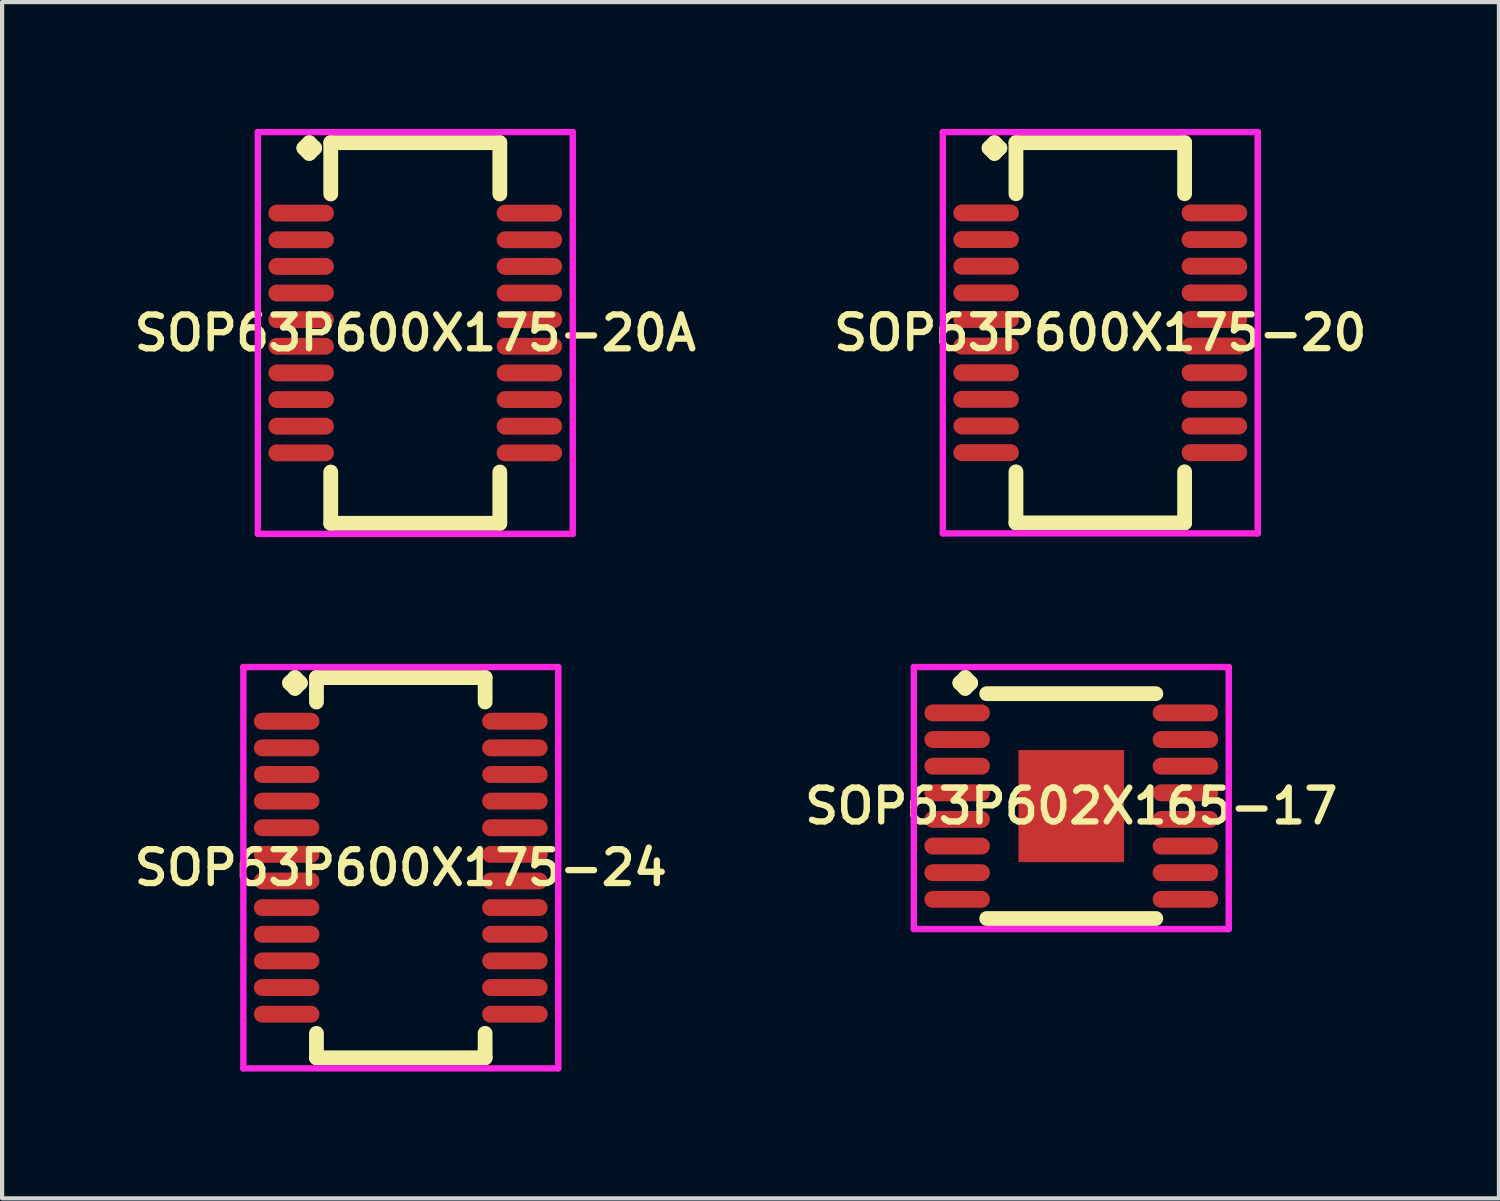
<source format=kicad_pcb>
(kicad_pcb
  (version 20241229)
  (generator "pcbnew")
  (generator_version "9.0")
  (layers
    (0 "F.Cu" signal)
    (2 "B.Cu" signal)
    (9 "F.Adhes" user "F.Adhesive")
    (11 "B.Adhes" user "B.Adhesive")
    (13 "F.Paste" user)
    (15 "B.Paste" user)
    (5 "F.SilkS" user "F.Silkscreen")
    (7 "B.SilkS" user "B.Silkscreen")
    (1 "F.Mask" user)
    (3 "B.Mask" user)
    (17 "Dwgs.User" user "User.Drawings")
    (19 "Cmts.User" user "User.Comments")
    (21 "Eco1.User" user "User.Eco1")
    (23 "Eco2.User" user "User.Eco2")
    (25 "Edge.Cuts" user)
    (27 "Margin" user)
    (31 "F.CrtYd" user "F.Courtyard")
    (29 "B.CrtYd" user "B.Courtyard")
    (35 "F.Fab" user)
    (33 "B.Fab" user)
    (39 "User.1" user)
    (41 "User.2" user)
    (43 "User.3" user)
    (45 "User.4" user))
  (footprint "SOP63P600X175-20"
    (layer "F.Cu")
    (at 22.978 4.822)
    (property "Reference" "SOP63P600X175-20" (at 0 0 0) (layer "F.SilkS") (effects (font (size 0.8 0.8) (thickness 0.15))))
    (attr smd)
    (fp_line (start -2.63 -4.37) (end -2.503 -4.497) (stroke (width 0.35) (type solid)) (layer "F.SilkS"))
    (fp_line (start -2.503 -4.497) (end -2.376 -4.37) (stroke (width 0.35) (type solid)) (layer "F.SilkS"))
    (fp_line (start -2.503 -4.243) (end -2.63 -4.37) (stroke (width 0.35) (type solid)) (layer "F.SilkS"))
    (fp_line (start -2.376 -4.37) (end -2.503 -4.243) (stroke (width 0.35) (type solid)) (layer "F.SilkS"))
    (fp_line (start -1.995 -4.497) (end 1.995 -4.497) (stroke (width 0.35) (type solid)) (layer "F.SilkS"))
    (fp_line (start -1.995 -3.289) (end -1.995 -4.497) (stroke (width 0.35) (type solid)) (layer "F.SilkS"))
    (fp_line (start -1.995 3.289) (end -1.995 4.497) (stroke (width 0.35) (type solid)) (layer "F.SilkS"))
    (fp_line (start -1.995 4.497) (end 1.995 4.497) (stroke (width 0.35) (type solid)) (layer "F.SilkS"))
    (fp_line (start 1.995 -4.497) (end 1.995 -3.289) (stroke (width 0.35) (type solid)) (layer "F.SilkS"))
    (fp_line (start 1.995 4.497) (end 1.995 3.289) (stroke (width 0.35) (type solid)) (layer "F.SilkS"))
    (fp_line (start -3.725 -4.747) (end 3.725 -4.747) (stroke (width 0.15) (type solid)) (layer "F.CrtYd"))
    (fp_line (start -3.725 4.747) (end -3.725 -4.747) (stroke (width 0.15) (type solid)) (layer "F.CrtYd"))
    (fp_line (start 3.725 -4.747) (end 3.725 4.747) (stroke (width 0.15) (type solid)) (layer "F.CrtYd"))
    (fp_line (start 3.725 4.747) (end -3.725 4.747) (stroke (width 0.15) (type solid)) (layer "F.CrtYd"))
    (pad "1" smd oval (at -2.7 -2.835) (size 1.55 0.4) (layers "F.Cu" "F.Mask" "F.Paste"))
    (pad "2" smd oval (at -2.7 -2.205) (size 1.55 0.4) (layers "F.Cu" "F.Mask" "F.Paste"))
    (pad "3" smd oval (at -2.7 -1.575) (size 1.55 0.4) (layers "F.Cu" "F.Mask" "F.Paste"))
    (pad "4" smd oval (at -2.7 -0.945) (size 1.55 0.4) (layers "F.Cu" "F.Mask" "F.Paste"))
    (pad "5" smd oval (at -2.7 -0.315) (size 1.55 0.4) (layers "F.Cu" "F.Mask" "F.Paste"))
    (pad "6" smd oval (at -2.7 0.315) (size 1.55 0.4) (layers "F.Cu" "F.Mask" "F.Paste"))
    (pad "7" smd oval (at -2.7 0.945) (size 1.55 0.4) (layers "F.Cu" "F.Mask" "F.Paste"))
    (pad "8" smd oval (at -2.7 1.575) (size 1.55 0.4) (layers "F.Cu" "F.Mask" "F.Paste"))
    (pad "9" smd oval (at -2.7 2.205) (size 1.55 0.4) (layers "F.Cu" "F.Mask" "F.Paste"))
    (pad "10" smd oval (at -2.7 2.835) (size 1.55 0.4) (layers "F.Cu" "F.Mask" "F.Paste"))
    (pad "11" smd oval (at 2.7 2.835) (size 1.55 0.4) (layers "F.Cu" "F.Mask" "F.Paste"))
    (pad "12" smd oval (at 2.7 2.205) (size 1.55 0.4) (layers "F.Cu" "F.Mask" "F.Paste"))
    (pad "13" smd oval (at 2.7 1.575) (size 1.55 0.4) (layers "F.Cu" "F.Mask" "F.Paste"))
    (pad "14" smd oval (at 2.7 0.945) (size 1.55 0.4) (layers "F.Cu" "F.Mask" "F.Paste"))
    (pad "15" smd oval (at 2.7 0.315) (size 1.55 0.4) (layers "F.Cu" "F.Mask" "F.Paste"))
    (pad "16" smd oval (at 2.7 -0.315) (size 1.55 0.4) (layers "F.Cu" "F.Mask" "F.Paste"))
    (pad "17" smd oval (at 2.7 -0.945) (size 1.55 0.4) (layers "F.Cu" "F.Mask" "F.Paste"))
    (pad "18" smd oval (at 2.7 -1.575) (size 1.55 0.4) (layers "F.Cu" "F.Mask" "F.Paste"))
    (pad "19" smd oval (at 2.7 -2.205) (size 1.55 0.4) (layers "F.Cu" "F.Mask" "F.Paste"))
    (pad "20" smd oval (at 2.7 -2.835) (size 1.55 0.4) (layers "F.Cu" "F.Mask" "F.Paste")))
  (footprint "SOP63P602X165-17"
    (layer "F.Cu")
    (at 22.292 16.019)
    (property "Reference" "SOP63P602X165-17" (at 0 0 0) (layer "F.SilkS") (effects (font (size 0.8 0.8) (thickness 0.15))))
    (attr smd)
    (fp_line (start -2.635 -2.913) (end -2.508 -3.04) (stroke (width 0.35) (type solid)) (layer "F.SilkS"))
    (fp_line (start -2.508 -3.04) (end -2.381 -2.913) (stroke (width 0.35) (type solid)) (layer "F.SilkS"))
    (fp_line (start -2.508 -2.786) (end -2.635 -2.913) (stroke (width 0.35) (type solid)) (layer "F.SilkS"))
    (fp_line (start -2.381 -2.913) (end -2.508 -2.786) (stroke (width 0.35) (type solid)) (layer "F.SilkS"))
    (fp_line (start -2 -2.659) (end 2 -2.659) (stroke (width 0.35) (type solid)) (layer "F.SilkS"))
    (fp_line (start -2 2.659) (end 2 2.659) (stroke (width 0.35) (type solid)) (layer "F.SilkS"))
    (fp_line (start -3.725 -3.29) (end 3.725 -3.29) (stroke (width 0.15) (type solid)) (layer "F.CrtYd"))
    (fp_line (start -3.725 2.909) (end -3.725 -3.29) (stroke (width 0.15) (type solid)) (layer "F.CrtYd"))
    (fp_line (start 3.725 -3.29) (end 3.725 2.909) (stroke (width 0.15) (type solid)) (layer "F.CrtYd"))
    (fp_line (start 3.725 2.909) (end -3.725 2.909) (stroke (width 0.15) (type solid)) (layer "F.CrtYd"))
    (pad "1" smd oval (at -2.7 -2.205) (size 1.55 0.4) (layers "F.Cu" "F.Mask" "F.Paste"))
    (pad "2" smd oval (at -2.7 -1.575) (size 1.55 0.4) (layers "F.Cu" "F.Mask" "F.Paste"))
    (pad "3" smd oval (at -2.7 -0.945) (size 1.55 0.4) (layers "F.Cu" "F.Mask" "F.Paste"))
    (pad "4" smd oval (at -2.7 -0.315) (size 1.55 0.4) (layers "F.Cu" "F.Mask" "F.Paste"))
    (pad "5" smd oval (at -2.7 0.315) (size 1.55 0.4) (layers "F.Cu" "F.Mask" "F.Paste"))
    (pad "6" smd oval (at -2.7 0.945) (size 1.55 0.4) (layers "F.Cu" "F.Mask" "F.Paste"))
    (pad "7" smd oval (at -2.7 1.575) (size 1.55 0.4) (layers "F.Cu" "F.Mask" "F.Paste"))
    (pad "8" smd oval (at -2.7 2.205) (size 1.55 0.4) (layers "F.Cu" "F.Mask" "F.Paste"))
    (pad "9" smd oval (at 2.7 2.205) (size 1.55 0.4) (layers "F.Cu" "F.Mask" "F.Paste"))
    (pad "10" smd oval (at 2.7 1.575) (size 1.55 0.4) (layers "F.Cu" "F.Mask" "F.Paste"))
    (pad "11" smd oval (at 2.7 0.945) (size 1.55 0.4) (layers "F.Cu" "F.Mask" "F.Paste"))
    (pad "12" smd oval (at 2.7 0.315) (size 1.55 0.4) (layers "F.Cu" "F.Mask" "F.Paste"))
    (pad "13" smd oval (at 2.7 -0.315) (size 1.55 0.4) (layers "F.Cu" "F.Mask" "F.Paste"))
    (pad "14" smd oval (at 2.7 -0.945) (size 1.55 0.4) (layers "F.Cu" "F.Mask" "F.Paste"))
    (pad "15" smd oval (at 2.7 -1.575) (size 1.55 0.4) (layers "F.Cu" "F.Mask" "F.Paste"))
    (pad "16" smd oval (at 2.7 -2.205) (size 1.55 0.4) (layers "F.Cu" "F.Mask" "F.Paste"))
    (pad "17" smd rect (at 0 0) (size 2.5 2.65) (layers "F.Cu" "F.Mask" "F.Paste")))
  (footprint "SOP63P600X175-20A"
    (layer "F.Cu")
    (at 6.774 4.827)
    (property "Reference" "SOP63P600X175-20A" (at 0 0 0) (layer "F.SilkS") (effects (font (size 0.8 0.8) (thickness 0.15))))
    (attr smd)
    (fp_line (start -2.635 -4.375) (end -2.508 -4.502) (stroke (width 0.35) (type solid)) (layer "F.SilkS"))
    (fp_line (start -2.508 -4.502) (end -2.381 -4.375) (stroke (width 0.35) (type solid)) (layer "F.SilkS"))
    (fp_line (start -2.508 -4.248) (end -2.635 -4.375) (stroke (width 0.35) (type solid)) (layer "F.SilkS"))
    (fp_line (start -2.381 -4.375) (end -2.508 -4.248) (stroke (width 0.35) (type solid)) (layer "F.SilkS"))
    (fp_line (start -2 -4.502) (end 2 -4.502) (stroke (width 0.35) (type solid)) (layer "F.SilkS"))
    (fp_line (start -2 -3.289) (end -2 -4.502) (stroke (width 0.35) (type solid)) (layer "F.SilkS"))
    (fp_line (start -2 3.289) (end -2 4.502) (stroke (width 0.35) (type solid)) (layer "F.SilkS"))
    (fp_line (start -2 4.502) (end 2 4.502) (stroke (width 0.35) (type solid)) (layer "F.SilkS"))
    (fp_line (start 2 -4.502) (end 2 -3.289) (stroke (width 0.35) (type solid)) (layer "F.SilkS"))
    (fp_line (start 2 4.502) (end 2 3.289) (stroke (width 0.35) (type solid)) (layer "F.SilkS"))
    (fp_line (start -3.725 -4.752) (end 3.725 -4.752) (stroke (width 0.15) (type solid)) (layer "F.CrtYd"))
    (fp_line (start -3.725 4.752) (end -3.725 -4.752) (stroke (width 0.15) (type solid)) (layer "F.CrtYd"))
    (fp_line (start 3.725 -4.752) (end 3.725 4.752) (stroke (width 0.15) (type solid)) (layer "F.CrtYd"))
    (fp_line (start 3.725 4.752) (end -3.725 4.752) (stroke (width 0.15) (type solid)) (layer "F.CrtYd"))
    (pad "1" smd oval (at -2.7 -2.835) (size 1.55 0.4) (layers "F.Cu" "F.Mask" "F.Paste"))
    (pad "2" smd oval (at -2.7 -2.205) (size 1.55 0.4) (layers "F.Cu" "F.Mask" "F.Paste"))
    (pad "3" smd oval (at -2.7 -1.575) (size 1.55 0.4) (layers "F.Cu" "F.Mask" "F.Paste"))
    (pad "4" smd oval (at -2.7 -0.945) (size 1.55 0.4) (layers "F.Cu" "F.Mask" "F.Paste"))
    (pad "5" smd oval (at -2.7 -0.315) (size 1.55 0.4) (layers "F.Cu" "F.Mask" "F.Paste"))
    (pad "6" smd oval (at -2.7 0.315) (size 1.55 0.4) (layers "F.Cu" "F.Mask" "F.Paste"))
    (pad "7" smd oval (at -2.7 0.945) (size 1.55 0.4) (layers "F.Cu" "F.Mask" "F.Paste"))
    (pad "8" smd oval (at -2.7 1.575) (size 1.55 0.4) (layers "F.Cu" "F.Mask" "F.Paste"))
    (pad "9" smd oval (at -2.7 2.205) (size 1.55 0.4) (layers "F.Cu" "F.Mask" "F.Paste"))
    (pad "10" smd oval (at -2.7 2.835) (size 1.55 0.4) (layers "F.Cu" "F.Mask" "F.Paste"))
    (pad "11" smd oval (at 2.7 2.835) (size 1.55 0.4) (layers "F.Cu" "F.Mask" "F.Paste"))
    (pad "12" smd oval (at 2.7 2.205) (size 1.55 0.4) (layers "F.Cu" "F.Mask" "F.Paste"))
    (pad "13" smd oval (at 2.7 1.575) (size 1.55 0.4) (layers "F.Cu" "F.Mask" "F.Paste"))
    (pad "14" smd oval (at 2.7 0.945) (size 1.55 0.4) (layers "F.Cu" "F.Mask" "F.Paste"))
    (pad "15" smd oval (at 2.7 0.315) (size 1.55 0.4) (layers "F.Cu" "F.Mask" "F.Paste"))
    (pad "16" smd oval (at 2.7 -0.315) (size 1.55 0.4) (layers "F.Cu" "F.Mask" "F.Paste"))
    (pad "17" smd oval (at 2.7 -0.945) (size 1.55 0.4) (layers "F.Cu" "F.Mask" "F.Paste"))
    (pad "18" smd oval (at 2.7 -1.575) (size 1.55 0.4) (layers "F.Cu" "F.Mask" "F.Paste"))
    (pad "19" smd oval (at 2.7 -2.205) (size 1.55 0.4) (layers "F.Cu" "F.Mask" "F.Paste"))
    (pad "20" smd oval (at 2.7 -2.835) (size 1.55 0.4) (layers "F.Cu" "F.Mask" "F.Paste")))
  (footprint "SOP63P600X175-24"
    (layer "F.Cu")
    (at 6.431 17.476)
    (property "Reference" "SOP63P600X175-24" (at 0 0 0) (layer "F.SilkS") (effects (font (size 0.8 0.8) (thickness 0.15))))
    (attr smd)
    (fp_line (start -2.63 -4.37) (end -2.503 -4.497) (stroke (width 0.35) (type solid)) (layer "F.SilkS"))
    (fp_line (start -2.503 -4.497) (end -2.376 -4.37) (stroke (width 0.35) (type solid)) (layer "F.SilkS"))
    (fp_line (start -2.503 -4.243) (end -2.63 -4.37) (stroke (width 0.35) (type solid)) (layer "F.SilkS"))
    (fp_line (start -2.376 -4.37) (end -2.503 -4.243) (stroke (width 0.35) (type solid)) (layer "F.SilkS"))
    (fp_line (start -1.995 -4.497) (end 1.995 -4.497) (stroke (width 0.35) (type solid)) (layer "F.SilkS"))
    (fp_line (start -1.995 -3.919) (end -1.995 -4.497) (stroke (width 0.35) (type solid)) (layer "F.SilkS"))
    (fp_line (start -1.995 3.919) (end -1.995 4.497) (stroke (width 0.35) (type solid)) (layer "F.SilkS"))
    (fp_line (start -1.995 4.497) (end 1.995 4.497) (stroke (width 0.35) (type solid)) (layer "F.SilkS"))
    (fp_line (start 1.995 -4.497) (end 1.995 -3.919) (stroke (width 0.35) (type solid)) (layer "F.SilkS"))
    (fp_line (start 1.995 4.497) (end 1.995 3.919) (stroke (width 0.35) (type solid)) (layer "F.SilkS"))
    (fp_line (start -3.725 -4.747) (end 3.725 -4.747) (stroke (width 0.15) (type solid)) (layer "F.CrtYd"))
    (fp_line (start -3.725 4.747) (end -3.725 -4.747) (stroke (width 0.15) (type solid)) (layer "F.CrtYd"))
    (fp_line (start 3.725 -4.747) (end 3.725 4.747) (stroke (width 0.15) (type solid)) (layer "F.CrtYd"))
    (fp_line (start 3.725 4.747) (end -3.725 4.747) (stroke (width 0.15) (type solid)) (layer "F.CrtYd"))
    (pad "1" smd oval (at -2.7 -3.465) (size 1.55 0.4) (layers "F.Cu" "F.Mask" "F.Paste"))
    (pad "2" smd oval (at -2.7 -2.835) (size 1.55 0.4) (layers "F.Cu" "F.Mask" "F.Paste"))
    (pad "3" smd oval (at -2.7 -2.205) (size 1.55 0.4) (layers "F.Cu" "F.Mask" "F.Paste"))
    (pad "4" smd oval (at -2.7 -1.575) (size 1.55 0.4) (layers "F.Cu" "F.Mask" "F.Paste"))
    (pad "5" smd oval (at -2.7 -0.945) (size 1.55 0.4) (layers "F.Cu" "F.Mask" "F.Paste"))
    (pad "6" smd oval (at -2.7 -0.315) (size 1.55 0.4) (layers "F.Cu" "F.Mask" "F.Paste"))
    (pad "7" smd oval (at -2.7 0.315) (size 1.55 0.4) (layers "F.Cu" "F.Mask" "F.Paste"))
    (pad "8" smd oval (at -2.7 0.945) (size 1.55 0.4) (layers "F.Cu" "F.Mask" "F.Paste"))
    (pad "9" smd oval (at -2.7 1.575) (size 1.55 0.4) (layers "F.Cu" "F.Mask" "F.Paste"))
    (pad "10" smd oval (at -2.7 2.205) (size 1.55 0.4) (layers "F.Cu" "F.Mask" "F.Paste"))
    (pad "11" smd oval (at -2.7 2.835) (size 1.55 0.4) (layers "F.Cu" "F.Mask" "F.Paste"))
    (pad "12" smd oval (at -2.7 3.465) (size 1.55 0.4) (layers "F.Cu" "F.Mask" "F.Paste"))
    (pad "13" smd oval (at 2.7 3.465) (size 1.55 0.4) (layers "F.Cu" "F.Mask" "F.Paste"))
    (pad "14" smd oval (at 2.7 2.835) (size 1.55 0.4) (layers "F.Cu" "F.Mask" "F.Paste"))
    (pad "15" smd oval (at 2.7 2.205) (size 1.55 0.4) (layers "F.Cu" "F.Mask" "F.Paste"))
    (pad "16" smd oval (at 2.7 1.575) (size 1.55 0.4) (layers "F.Cu" "F.Mask" "F.Paste"))
    (pad "17" smd oval (at 2.7 0.945) (size 1.55 0.4) (layers "F.Cu" "F.Mask" "F.Paste"))
    (pad "18" smd oval (at 2.7 0.315) (size 1.55 0.4) (layers "F.Cu" "F.Mask" "F.Paste"))
    (pad "19" smd oval (at 2.7 -0.315) (size 1.55 0.4) (layers "F.Cu" "F.Mask" "F.Paste"))
    (pad "20" smd oval (at 2.7 -0.945) (size 1.55 0.4) (layers "F.Cu" "F.Mask" "F.Paste"))
    (pad "21" smd oval (at 2.7 -1.575) (size 1.55 0.4) (layers "F.Cu" "F.Mask" "F.Paste"))
    (pad "22" smd oval (at 2.7 -2.205) (size 1.55 0.4) (layers "F.Cu" "F.Mask" "F.Paste"))
    (pad "23" smd oval (at 2.7 -2.835) (size 1.55 0.4) (layers "F.Cu" "F.Mask" "F.Paste"))
    (pad "24" smd oval (at 2.7 -3.465) (size 1.55 0.4) (layers "F.Cu" "F.Mask" "F.Paste")))
  (gr_rect
    (start -3 -3)
    (end 32.409 25.298)
    (stroke (width 0.1) (type default))
    (fill no)
    (layer "Edge.Cuts")))
</source>
